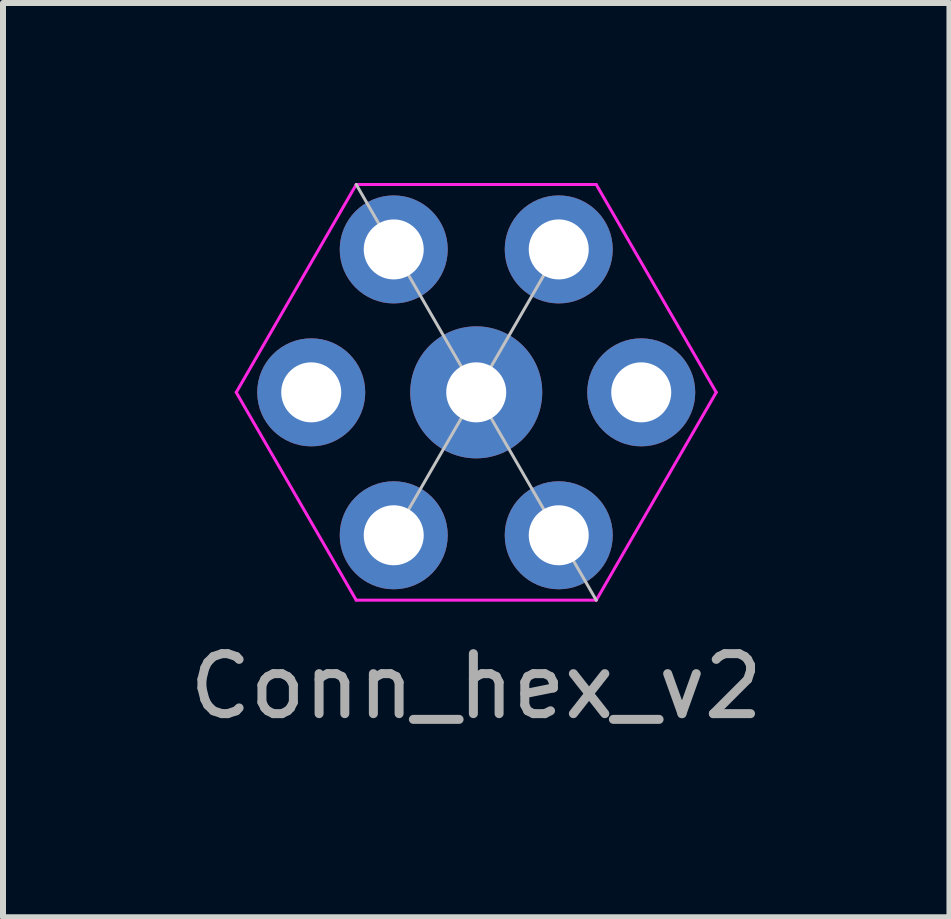
<source format=kicad_pcb>
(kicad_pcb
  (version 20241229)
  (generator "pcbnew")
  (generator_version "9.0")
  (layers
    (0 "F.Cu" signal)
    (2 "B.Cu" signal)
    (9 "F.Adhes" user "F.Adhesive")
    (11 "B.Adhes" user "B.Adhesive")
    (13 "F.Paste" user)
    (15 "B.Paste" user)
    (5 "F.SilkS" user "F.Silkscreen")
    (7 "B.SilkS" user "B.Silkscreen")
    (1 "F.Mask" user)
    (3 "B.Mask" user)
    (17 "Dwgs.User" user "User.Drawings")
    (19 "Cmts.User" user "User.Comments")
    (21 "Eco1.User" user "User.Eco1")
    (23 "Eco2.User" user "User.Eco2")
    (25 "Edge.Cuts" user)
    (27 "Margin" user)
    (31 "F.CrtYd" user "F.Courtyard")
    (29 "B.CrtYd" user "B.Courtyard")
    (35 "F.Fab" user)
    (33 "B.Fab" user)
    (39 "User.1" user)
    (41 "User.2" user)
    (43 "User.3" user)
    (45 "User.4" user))
  (footprint "Conn_hex_v2"
    (layer "F.Cu")
    (at 4.887 3.489)
    (property "Reference" "Conn_hex_v2" (at 0 4.9 0) (layer "F.Fab") (effects (font (size 1 1) (thickness 0.15))))
    (attr through_hole)
    (fp_line (start 0 0) (end -2 -3.464) (stroke (width 0.05) (type solid)) (layer "Dwgs.User"))
    (fp_line (start 0 0) (end -1.375 2.382) (stroke (width 0.05) (type solid)) (layer "Dwgs.User"))
    (fp_line (start 0 0) (end 1.375 -2.382) (stroke (width 0.05) (type solid)) (layer "Dwgs.User"))
    (fp_line (start 0 0) (end 2 3.464) (stroke (width 0.05) (type solid)) (layer "Dwgs.User"))
    (fp_line (start -4 0) (end -2 3.464) (stroke (width 0.05) (type solid)) (layer "F.CrtYd"))
    (fp_line (start -2 -3.464) (end -4 0) (stroke (width 0.05) (type solid)) (layer "F.CrtYd"))
    (fp_line (start -2 3.464) (end 2 3.464) (stroke (width 0.05) (type solid)) (layer "F.CrtYd"))
    (fp_line (start 2 -3.464) (end -2 -3.464) (stroke (width 0.05) (type solid)) (layer "F.CrtYd"))
    (fp_line (start 4 0) (end 2 -3.464) (stroke (width 0.05) (type solid)) (layer "F.CrtYd"))
    (fp_line (start 4 0) (end 2 3.464) (stroke (width 0.05) (type solid)) (layer "F.CrtYd"))
    (pad "1" thru_hole circle (at 1.375 -2.382) (size 1.8 1.8) (drill 1) (layers "*.Cu" "*.Mask"))
    (pad "2" thru_hole circle (at 2.75 0) (size 1.8 1.8) (drill 1) (layers "*.Cu" "*.Mask"))
    (pad "3" thru_hole circle (at 1.375 2.382) (size 1.8 1.8) (drill 1) (layers "*.Cu" "*.Mask"))
    (pad "4" thru_hole circle (at -1.375 2.382) (size 1.8 1.8) (drill 1) (layers "*.Cu" "*.Mask"))
    (pad "5" thru_hole circle (at -2.75 0) (size 1.8 1.8) (drill 1) (layers "*.Cu" "*.Mask"))
    (pad "6" thru_hole circle (at -1.375 -2.382) (size 1.8 1.8) (drill 1) (layers "*.Cu" "*.Mask"))
    (pad "7" thru_hole circle (at 0 0) (size 2.2 2.2) (drill 1) (layers "*.Cu" "*.Mask")))
  (gr_rect
    (start -3 -3)
    (end 12.774 12.237)
    (stroke (width 0.1) (type default))
    (fill no)
    (layer "Edge.Cuts")))
</source>
